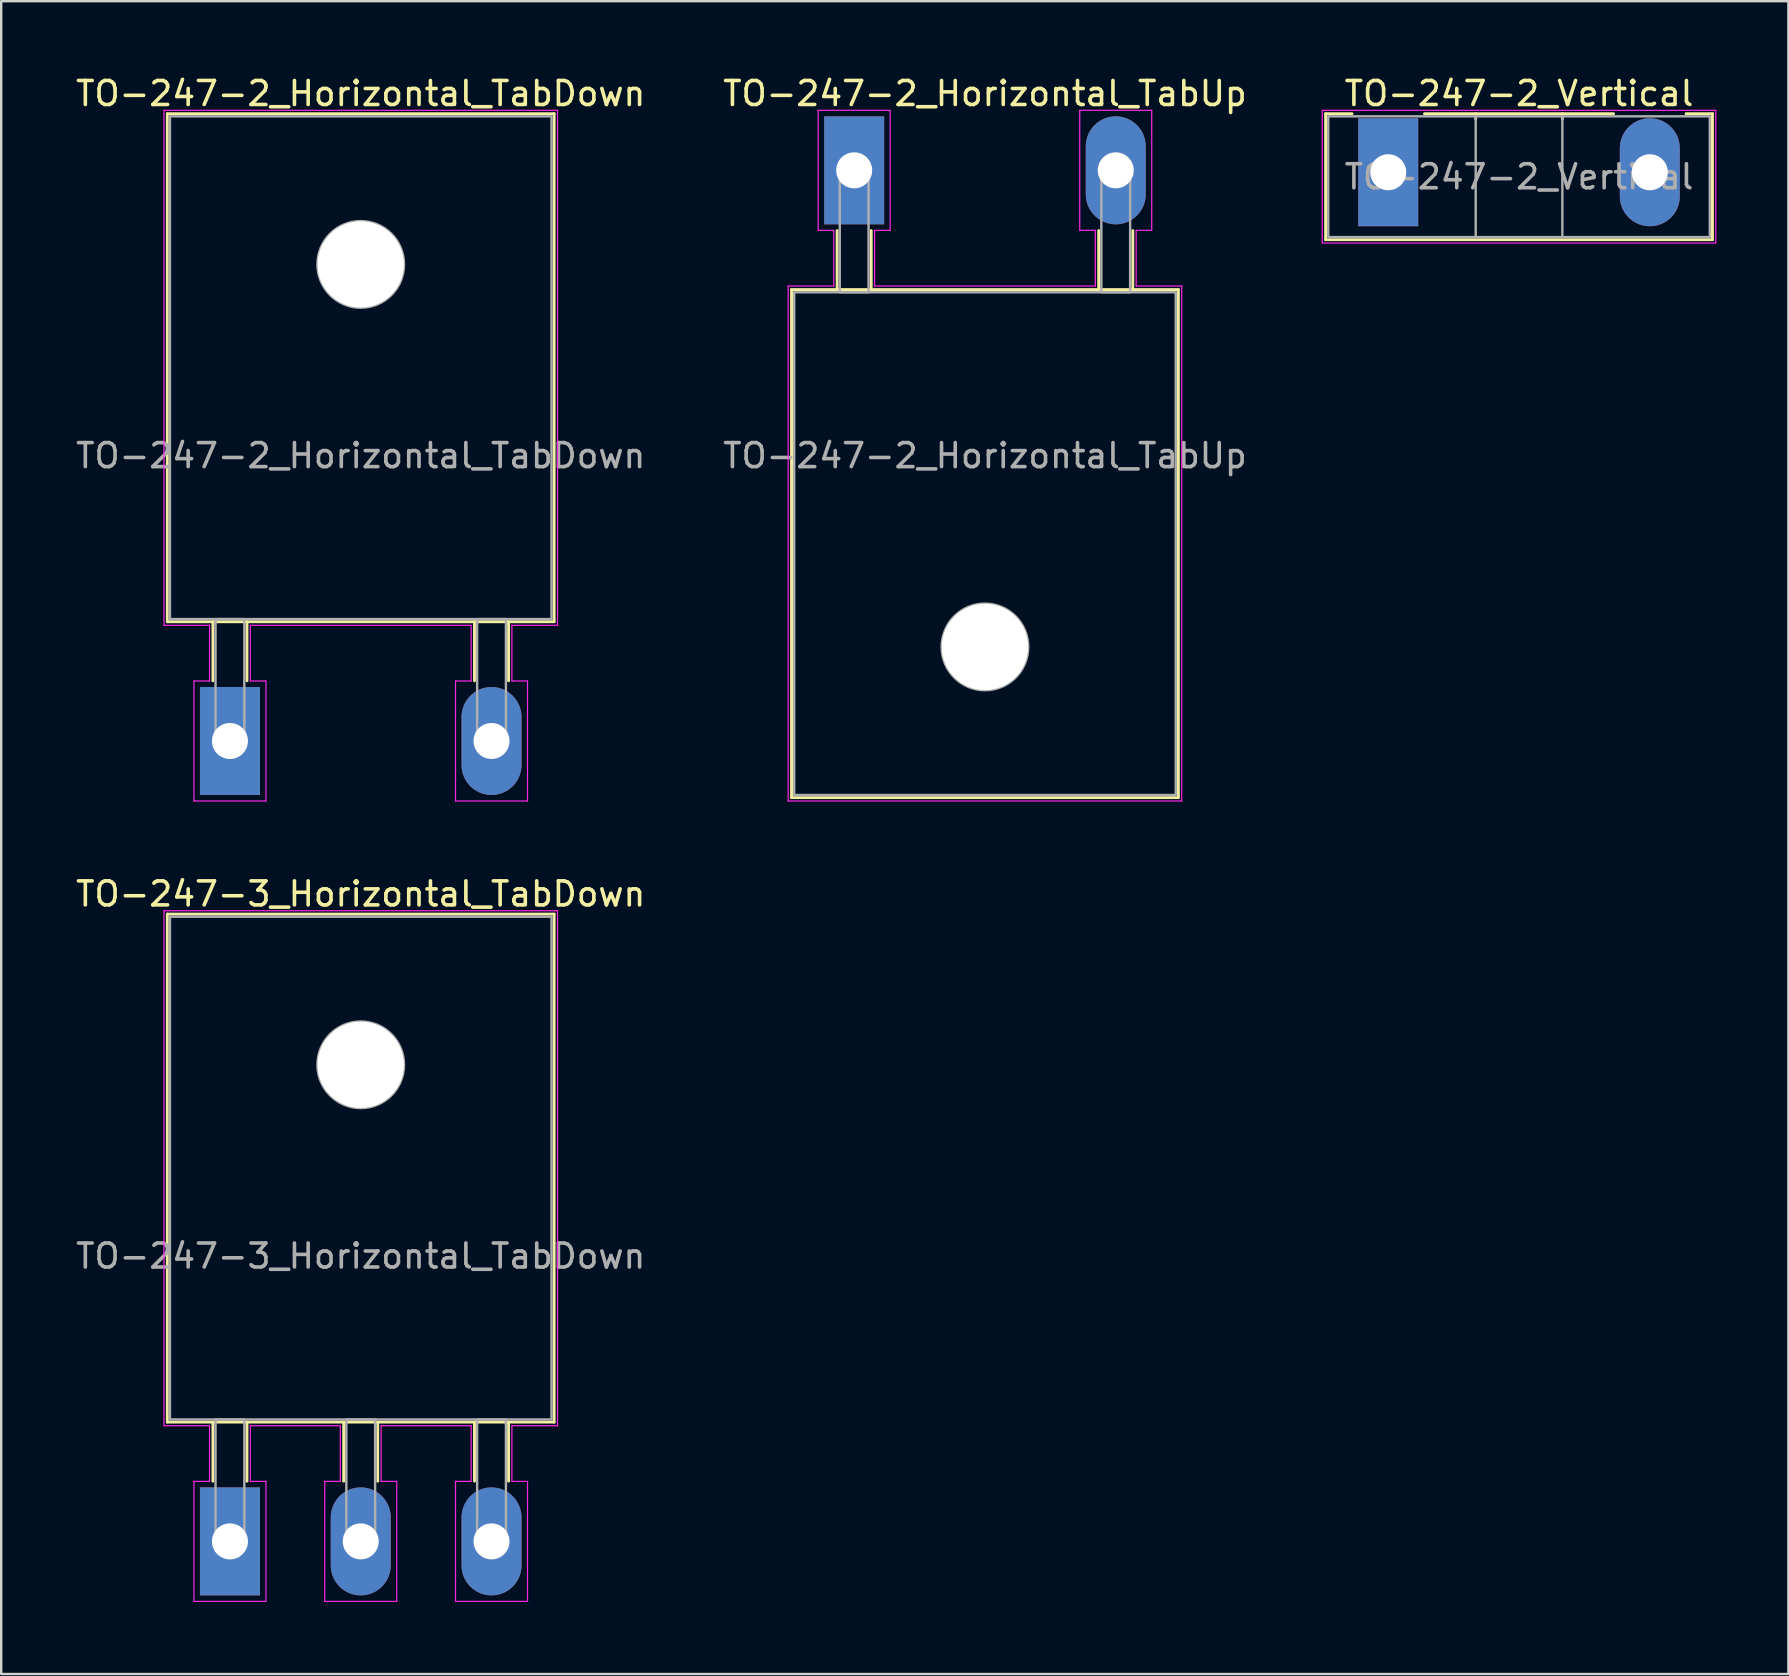
<source format=kicad_pcb>
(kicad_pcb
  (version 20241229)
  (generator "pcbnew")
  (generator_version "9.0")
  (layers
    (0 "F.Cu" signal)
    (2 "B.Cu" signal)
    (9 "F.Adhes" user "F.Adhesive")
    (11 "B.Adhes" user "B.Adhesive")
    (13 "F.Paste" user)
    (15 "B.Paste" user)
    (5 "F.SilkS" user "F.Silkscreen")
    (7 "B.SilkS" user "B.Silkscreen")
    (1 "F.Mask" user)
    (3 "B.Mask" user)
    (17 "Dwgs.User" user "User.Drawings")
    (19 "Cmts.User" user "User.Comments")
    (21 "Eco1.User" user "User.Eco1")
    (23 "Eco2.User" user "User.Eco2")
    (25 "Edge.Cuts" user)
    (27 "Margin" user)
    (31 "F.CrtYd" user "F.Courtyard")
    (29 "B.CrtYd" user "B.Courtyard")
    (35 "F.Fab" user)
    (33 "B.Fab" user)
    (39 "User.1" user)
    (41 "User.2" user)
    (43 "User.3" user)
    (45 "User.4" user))
  (footprint "TO-247-3_Horizontal_TabDown"
    (layer "F.Cu")
    (at 6.532 61.181)
    (property "Reference" "TO-247-3_Horizontal_TabDown" (at 5.45 -26.98 0) (layer "F.SilkS") (effects (font (size 1 1) (thickness 0.15))))
    (attr through_hole)
    (fp_line (start -2.61 -26.14) (end 13.51 -26.14) (stroke (width 0.12) (type solid)) (layer "F.SilkS"))
    (fp_line (start -2.61 -4.97) (end -2.61 -26.14) (stroke (width 0.12) (type solid)) (layer "F.SilkS"))
    (fp_line (start -2.61 -4.97) (end 13.51 -4.97) (stroke (width 0.12) (type solid)) (layer "F.SilkS"))
    (fp_line (start -0.71 -4.97) (end -0.71 -2.51) (stroke (width 0.12) (type solid)) (layer "F.SilkS"))
    (fp_line (start 0.71 -4.97) (end 0.71 -2.51) (stroke (width 0.12) (type solid)) (layer "F.SilkS"))
    (fp_line (start 4.74 -4.97) (end 4.74 -2.51) (stroke (width 0.12) (type solid)) (layer "F.SilkS"))
    (fp_line (start 6.16 -4.97) (end 6.16 -2.51) (stroke (width 0.12) (type solid)) (layer "F.SilkS"))
    (fp_line (start 10.19 -4.97) (end 10.19 -2.51) (stroke (width 0.12) (type solid)) (layer "F.SilkS"))
    (fp_line (start 11.61 -4.97) (end 11.61 -2.51) (stroke (width 0.12) (type solid)) (layer "F.SilkS"))
    (fp_line (start 13.51 -4.97) (end 13.51 -26.14) (stroke (width 0.12) (type solid)) (layer "F.SilkS"))
    (fp_line (start -2.75 -26.28) (end 13.65 -26.28) (stroke (width 0.05) (type solid)) (layer "F.CrtYd"))
    (fp_line (start -2.75 -4.82) (end -2.75 -26.28) (stroke (width 0.05) (type solid)) (layer "F.CrtYd"))
    (fp_line (start -1.5 -2.5) (end -0.85 -2.5) (stroke (width 0.05) (type solid)) (layer "F.CrtYd"))
    (fp_line (start -1.5 2.5) (end -1.5 -2.5) (stroke (width 0.05) (type solid)) (layer "F.CrtYd"))
    (fp_line (start -0.85 -4.82) (end -2.75 -4.82) (stroke (width 0.05) (type solid)) (layer "F.CrtYd"))
    (fp_line (start -0.85 -2.5) (end -0.85 -4.82) (stroke (width 0.05) (type solid)) (layer "F.CrtYd"))
    (fp_line (start 0.85 -4.82) (end 0.85 -2.5) (stroke (width 0.05) (type solid)) (layer "F.CrtYd"))
    (fp_line (start 0.85 -2.5) (end 1.5 -2.5) (stroke (width 0.05) (type solid)) (layer "F.CrtYd"))
    (fp_line (start 1.5 -2.5) (end 1.5 2.5) (stroke (width 0.05) (type solid)) (layer "F.CrtYd"))
    (fp_line (start 1.5 2.5) (end -1.5 2.5) (stroke (width 0.05) (type solid)) (layer "F.CrtYd"))
    (fp_line (start 3.95 -2.5) (end 4.6 -2.5) (stroke (width 0.05) (type solid)) (layer "F.CrtYd"))
    (fp_line (start 3.95 2.5) (end 3.95 -2.5) (stroke (width 0.05) (type solid)) (layer "F.CrtYd"))
    (fp_line (start 4.6 -4.82) (end 0.85 -4.82) (stroke (width 0.05) (type solid)) (layer "F.CrtYd"))
    (fp_line (start 4.6 -2.5) (end 4.6 -4.82) (stroke (width 0.05) (type solid)) (layer "F.CrtYd"))
    (fp_line (start 6.3 -4.82) (end 6.3 -2.5) (stroke (width 0.05) (type solid)) (layer "F.CrtYd"))
    (fp_line (start 6.3 -2.5) (end 6.95 -2.5) (stroke (width 0.05) (type solid)) (layer "F.CrtYd"))
    (fp_line (start 6.95 -2.5) (end 6.95 2.5) (stroke (width 0.05) (type solid)) (layer "F.CrtYd"))
    (fp_line (start 6.95 2.5) (end 3.95 2.5) (stroke (width 0.05) (type solid)) (layer "F.CrtYd"))
    (fp_line (start 9.4 -2.5) (end 10.05 -2.5) (stroke (width 0.05) (type solid)) (layer "F.CrtYd"))
    (fp_line (start 9.4 2.5) (end 9.4 -2.5) (stroke (width 0.05) (type solid)) (layer "F.CrtYd"))
    (fp_line (start 10.05 -4.82) (end 6.3 -4.82) (stroke (width 0.05) (type solid)) (layer "F.CrtYd"))
    (fp_line (start 10.05 -2.5) (end 10.05 -4.82) (stroke (width 0.05) (type solid)) (layer "F.CrtYd"))
    (fp_line (start 11.75 -4.82) (end 11.75 -2.5) (stroke (width 0.05) (type solid)) (layer "F.CrtYd"))
    (fp_line (start 11.75 -2.5) (end 12.4 -2.5) (stroke (width 0.05) (type solid)) (layer "F.CrtYd"))
    (fp_line (start 12.4 -2.5) (end 12.4 2.5) (stroke (width 0.05) (type solid)) (layer "F.CrtYd"))
    (fp_line (start 12.4 2.5) (end 9.4 2.5) (stroke (width 0.05) (type solid)) (layer "F.CrtYd"))
    (fp_line (start 13.65 -26.28) (end 13.65 -4.82) (stroke (width 0.05) (type solid)) (layer "F.CrtYd"))
    (fp_line (start 13.65 -4.82) (end 11.75 -4.82) (stroke (width 0.05) (type solid)) (layer "F.CrtYd"))
    (fp_rect (start -2.5 -26.03) (end 13.4 -5.08) (stroke (width 0.1) (type solid)) (fill no) (layer "F.Fab"))
    (fp_rect (start -0.6 -5.08) (end 0.6 0) (stroke (width 0.1) (type solid)) (fill no) (layer "F.Fab"))
    (fp_rect (start 4.85 -5.08) (end 6.05 0) (stroke (width 0.1) (type solid)) (fill no) (layer "F.Fab"))
    (fp_rect (start 10.3 -5.08) (end 11.5 0) (stroke (width 0.1) (type solid)) (fill no) (layer "F.Fab"))
    (fp_circle (center 5.45 -19.86) (end 7.255 -19.86) (stroke (width 0.1) (type solid)) (fill no) (layer "F.Fab"))
    (fp_text user "${REFERENCE}" (at 5.45 -11.89 0) (layer "F.Fab") (effects (font (size 1 1) (thickness 0.15))))
    (pad "" np_thru_hole circle (at 5.45 -19.86) (size 3.6 3.6) (drill 3.6) (layers "*.Cu" "*.Mask"))
    (pad "1" thru_hole rect (at 0 0) (size 2.5 4.5) (drill 1.5) (layers "*.Cu" "*.Mask"))
    (pad "2" thru_hole oval (at 5.45 0) (size 2.5 4.5) (drill 1.5) (layers "*.Cu" "*.Mask"))
    (pad "3" thru_hole oval (at 10.9 0) (size 2.5 4.5) (drill 1.5) (layers "*.Cu" "*.Mask")))
  (footprint "TO-247-2_Horizontal_TabDown"
    (layer "F.Cu")
    (at 6.532 27.828)
    (property "Reference" "TO-247-2_Horizontal_TabDown" (at 5.45 -26.98 0) (layer "F.SilkS") (effects (font (size 1 1) (thickness 0.15))))
    (attr through_hole)
    (fp_line (start -2.61 -26.14) (end 13.51 -26.14) (stroke (width 0.12) (type solid)) (layer "F.SilkS"))
    (fp_line (start -2.61 -4.97) (end -2.61 -26.14) (stroke (width 0.12) (type solid)) (layer "F.SilkS"))
    (fp_line (start -2.61 -4.97) (end 13.51 -4.97) (stroke (width 0.12) (type solid)) (layer "F.SilkS"))
    (fp_line (start -0.71 -4.97) (end -0.71 -2.51) (stroke (width 0.12) (type solid)) (layer "F.SilkS"))
    (fp_line (start 0.71 -4.97) (end 0.71 -2.51) (stroke (width 0.12) (type solid)) (layer "F.SilkS"))
    (fp_line (start 10.19 -4.97) (end 10.19 -2.51) (stroke (width 0.12) (type solid)) (layer "F.SilkS"))
    (fp_line (start 11.61 -4.97) (end 11.61 -2.51) (stroke (width 0.12) (type solid)) (layer "F.SilkS"))
    (fp_line (start 13.51 -4.97) (end 13.51 -26.14) (stroke (width 0.12) (type solid)) (layer "F.SilkS"))
    (fp_line (start -2.75 -26.28) (end 13.65 -26.28) (stroke (width 0.05) (type solid)) (layer "F.CrtYd"))
    (fp_line (start -2.75 -4.82) (end -2.75 -26.28) (stroke (width 0.05) (type solid)) (layer "F.CrtYd"))
    (fp_line (start -1.5 -2.5) (end -0.85 -2.5) (stroke (width 0.05) (type solid)) (layer "F.CrtYd"))
    (fp_line (start -1.5 2.5) (end -1.5 -2.5) (stroke (width 0.05) (type solid)) (layer "F.CrtYd"))
    (fp_line (start -0.85 -4.82) (end -2.75 -4.82) (stroke (width 0.05) (type solid)) (layer "F.CrtYd"))
    (fp_line (start -0.85 -2.5) (end -0.85 -4.82) (stroke (width 0.05) (type solid)) (layer "F.CrtYd"))
    (fp_line (start 0.85 -4.82) (end 0.85 -2.5) (stroke (width 0.05) (type solid)) (layer "F.CrtYd"))
    (fp_line (start 0.85 -2.5) (end 1.5 -2.5) (stroke (width 0.05) (type solid)) (layer "F.CrtYd"))
    (fp_line (start 1.5 -2.5) (end 1.5 2.5) (stroke (width 0.05) (type solid)) (layer "F.CrtYd"))
    (fp_line (start 1.5 2.5) (end -1.5 2.5) (stroke (width 0.05) (type solid)) (layer "F.CrtYd"))
    (fp_line (start 9.4 -2.5) (end 10.05 -2.5) (stroke (width 0.05) (type solid)) (layer "F.CrtYd"))
    (fp_line (start 9.4 2.5) (end 9.4 -2.5) (stroke (width 0.05) (type solid)) (layer "F.CrtYd"))
    (fp_line (start 10.05 -4.82) (end 0.85 -4.82) (stroke (width 0.05) (type solid)) (layer "F.CrtYd"))
    (fp_line (start 10.05 -2.5) (end 10.05 -4.82) (stroke (width 0.05) (type solid)) (layer "F.CrtYd"))
    (fp_line (start 11.75 -4.82) (end 11.75 -2.5) (stroke (width 0.05) (type solid)) (layer "F.CrtYd"))
    (fp_line (start 11.75 -2.5) (end 12.4 -2.5) (stroke (width 0.05) (type solid)) (layer "F.CrtYd"))
    (fp_line (start 12.4 -2.5) (end 12.4 2.5) (stroke (width 0.05) (type solid)) (layer "F.CrtYd"))
    (fp_line (start 12.4 2.5) (end 9.4 2.5) (stroke (width 0.05) (type solid)) (layer "F.CrtYd"))
    (fp_line (start 13.65 -26.28) (end 13.65 -4.82) (stroke (width 0.05) (type solid)) (layer "F.CrtYd"))
    (fp_line (start 13.65 -4.82) (end 11.75 -4.82) (stroke (width 0.05) (type solid)) (layer "F.CrtYd"))
    (fp_rect (start -2.5 -26.03) (end 13.4 -5.08) (stroke (width 0.1) (type solid)) (fill no) (layer "F.Fab"))
    (fp_rect (start -0.6 -5.08) (end 0.6 0) (stroke (width 0.1) (type solid)) (fill no) (layer "F.Fab"))
    (fp_rect (start 10.3 -5.08) (end 11.5 0) (stroke (width 0.1) (type solid)) (fill no) (layer "F.Fab"))
    (fp_circle (center 5.45 -19.86) (end 7.255 -19.86) (stroke (width 0.1) (type solid)) (fill no) (layer "F.Fab"))
    (fp_text user "${REFERENCE}" (at 5.45 -11.89 0) (layer "F.Fab") (effects (font (size 1 1) (thickness 0.15))))
    (pad "" np_thru_hole circle (at 5.45 -19.86) (size 3.6 3.6) (drill 3.6) (layers "*.Cu" "*.Mask"))
    (pad "1" thru_hole rect (at 0 0) (size 2.5 4.5) (drill 1.5) (layers "*.Cu" "*.Mask"))
    (pad "2" thru_hole oval (at 10.9 0) (size 2.5 4.5) (drill 1.5) (layers "*.Cu" "*.Mask")))
  (footprint "TO-247-2_Vertical"
    (layer "F.Cu")
    (at 54.799 4.128)
    (property "Reference" "TO-247-2_Vertical" (at 5.45 -3.28 0) (layer "F.SilkS") (effects (font (size 1 1) (thickness 0.15))))
    (attr through_hole)
    (fp_line (start -2.61 -2.44) (end -1.51 -2.44) (stroke (width 0.12) (type solid)) (layer "F.SilkS"))
    (fp_line (start -2.61 2.81) (end -2.61 -2.44) (stroke (width 0.12) (type solid)) (layer "F.SilkS"))
    (fp_line (start 1.51 -2.44) (end 9.39 -2.44) (stroke (width 0.12) (type solid)) (layer "F.SilkS"))
    (fp_line (start 3.645 -2.44) (end 3.645 -2.22) (stroke (width 0.12) (type solid)) (layer "F.SilkS"))
    (fp_line (start 7.255 -2.44) (end 7.255 -2.22) (stroke (width 0.12) (type solid)) (layer "F.SilkS"))
    (fp_line (start 12.41 -2.44) (end 13.51 -2.44) (stroke (width 0.12) (type solid)) (layer "F.SilkS"))
    (fp_line (start 13.51 -2.44) (end 13.51 2.81) (stroke (width 0.12) (type solid)) (layer "F.SilkS"))
    (fp_line (start 13.51 2.81) (end -2.61 2.81) (stroke (width 0.12) (type solid)) (layer "F.SilkS"))
    (fp_rect (start -2.75 -2.58) (end 13.65 2.95) (stroke (width 0.05) (type solid)) (fill no) (layer "F.CrtYd"))
    (fp_line (start 3.645 -2.33) (end 3.645 2.7) (stroke (width 0.1) (type solid)) (layer "F.Fab"))
    (fp_line (start 7.255 -2.33) (end 7.255 2.7) (stroke (width 0.1) (type solid)) (layer "F.Fab"))
    (fp_rect (start -2.5 -2.33) (end 13.4 2.7) (stroke (width 0.1) (type solid)) (fill no) (layer "F.Fab"))
    (fp_text user "${REFERENCE}" (at 5.45 0.19 0) (layer "F.Fab") (effects (font (size 1 1) (thickness 0.15))))
    (pad "1" thru_hole rect (at 0 0) (size 2.5 4.5) (drill 1.5) (layers "*.Cu" "*.Mask"))
    (pad "2" thru_hole oval (at 10.9 0) (size 2.5 4.5) (drill 1.5) (layers "*.Cu" "*.Mask")))
  (footprint "TO-247-2_Horizontal_TabUp"
    (layer "F.Cu")
    (at 32.544 4.048)
    (property "Reference" "TO-247-2_Horizontal_TabUp" (at 5.45 -3.2 0) (layer "F.SilkS") (effects (font (size 1 1) (thickness 0.15))))
    (attr through_hole)
    (fp_line (start -2.61 4.97) (end -2.61 26.14) (stroke (width 0.12) (type solid)) (layer "F.SilkS"))
    (fp_line (start -2.61 4.97) (end 13.51 4.97) (stroke (width 0.12) (type solid)) (layer "F.SilkS"))
    (fp_line (start -2.61 26.14) (end 13.51 26.14) (stroke (width 0.12) (type solid)) (layer "F.SilkS"))
    (fp_line (start -0.71 4.97) (end -0.71 2.51) (stroke (width 0.12) (type solid)) (layer "F.SilkS"))
    (fp_line (start 0.71 4.97) (end 0.71 2.51) (stroke (width 0.12) (type solid)) (layer "F.SilkS"))
    (fp_line (start 10.19 4.97) (end 10.19 2.51) (stroke (width 0.12) (type solid)) (layer "F.SilkS"))
    (fp_line (start 11.61 4.97) (end 11.61 2.51) (stroke (width 0.12) (type solid)) (layer "F.SilkS"))
    (fp_line (start 13.51 4.97) (end 13.51 26.14) (stroke (width 0.12) (type solid)) (layer "F.SilkS"))
    (fp_line (start -2.75 4.82) (end -0.85 4.82) (stroke (width 0.05) (type solid)) (layer "F.CrtYd"))
    (fp_line (start -2.75 26.28) (end -2.75 4.82) (stroke (width 0.05) (type solid)) (layer "F.CrtYd"))
    (fp_line (start -1.5 -2.5) (end 1.5 -2.5) (stroke (width 0.05) (type solid)) (layer "F.CrtYd"))
    (fp_line (start -1.5 2.5) (end -1.5 -2.5) (stroke (width 0.05) (type solid)) (layer "F.CrtYd"))
    (fp_line (start -0.85 2.5) (end -1.5 2.5) (stroke (width 0.05) (type solid)) (layer "F.CrtYd"))
    (fp_line (start -0.85 4.82) (end -0.85 2.5) (stroke (width 0.05) (type solid)) (layer "F.CrtYd"))
    (fp_line (start 0.85 2.5) (end 0.85 4.82) (stroke (width 0.05) (type solid)) (layer "F.CrtYd"))
    (fp_line (start 0.85 4.82) (end 10.05 4.82) (stroke (width 0.05) (type solid)) (layer "F.CrtYd"))
    (fp_line (start 1.5 -2.5) (end 1.5 2.5) (stroke (width 0.05) (type solid)) (layer "F.CrtYd"))
    (fp_line (start 1.5 2.5) (end 0.85 2.5) (stroke (width 0.05) (type solid)) (layer "F.CrtYd"))
    (fp_line (start 9.4 -2.5) (end 12.4 -2.5) (stroke (width 0.05) (type solid)) (layer "F.CrtYd"))
    (fp_line (start 9.4 2.5) (end 9.4 -2.5) (stroke (width 0.05) (type solid)) (layer "F.CrtYd"))
    (fp_line (start 10.05 2.5) (end 9.4 2.5) (stroke (width 0.05) (type solid)) (layer "F.CrtYd"))
    (fp_line (start 10.05 4.82) (end 10.05 2.5) (stroke (width 0.05) (type solid)) (layer "F.CrtYd"))
    (fp_line (start 11.75 2.5) (end 11.75 4.82) (stroke (width 0.05) (type solid)) (layer "F.CrtYd"))
    (fp_line (start 11.75 4.82) (end 13.65 4.82) (stroke (width 0.05) (type solid)) (layer "F.CrtYd"))
    (fp_line (start 12.4 -2.5) (end 12.4 2.5) (stroke (width 0.05) (type solid)) (layer "F.CrtYd"))
    (fp_line (start 12.4 2.5) (end 11.75 2.5) (stroke (width 0.05) (type solid)) (layer "F.CrtYd"))
    (fp_line (start 13.65 4.82) (end 13.65 26.28) (stroke (width 0.05) (type solid)) (layer "F.CrtYd"))
    (fp_line (start 13.65 26.28) (end -2.75 26.28) (stroke (width 0.05) (type solid)) (layer "F.CrtYd"))
    (fp_rect (start -2.5 5.08) (end 13.4 26.03) (stroke (width 0.1) (type solid)) (fill no) (layer "F.Fab"))
    (fp_rect (start -0.6 0) (end 0.6 5.08) (stroke (width 0.1) (type solid)) (fill no) (layer "F.Fab"))
    (fp_rect (start 10.3 0) (end 11.5 5.08) (stroke (width 0.1) (type solid)) (fill no) (layer "F.Fab"))
    (fp_circle (center 5.45 19.86) (end 7.255 19.86) (stroke (width 0.1) (type solid)) (fill no) (layer "F.Fab"))
    (fp_text user "${REFERENCE}" (at 5.45 11.89 0) (layer "F.Fab") (effects (font (size 1 1) (thickness 0.15))))
    (pad "" np_thru_hole circle (at 5.45 19.86) (size 3.6 3.6) (drill 3.6) (layers "*.Cu" "*.Mask"))
    (pad "1" thru_hole rect (at 0 0) (size 2.5 4.5) (drill 1.5) (layers "*.Cu" "*.Mask"))
    (pad "2" thru_hole oval (at 10.9 0) (size 2.5 4.5) (drill 1.5) (layers "*.Cu" "*.Mask")))
  (gr_rect
    (start -3 -3)
    (end 71.474 66.707)
    (stroke (width 0.1) (type default))
    (fill no)
    (layer "Edge.Cuts")))
</source>
